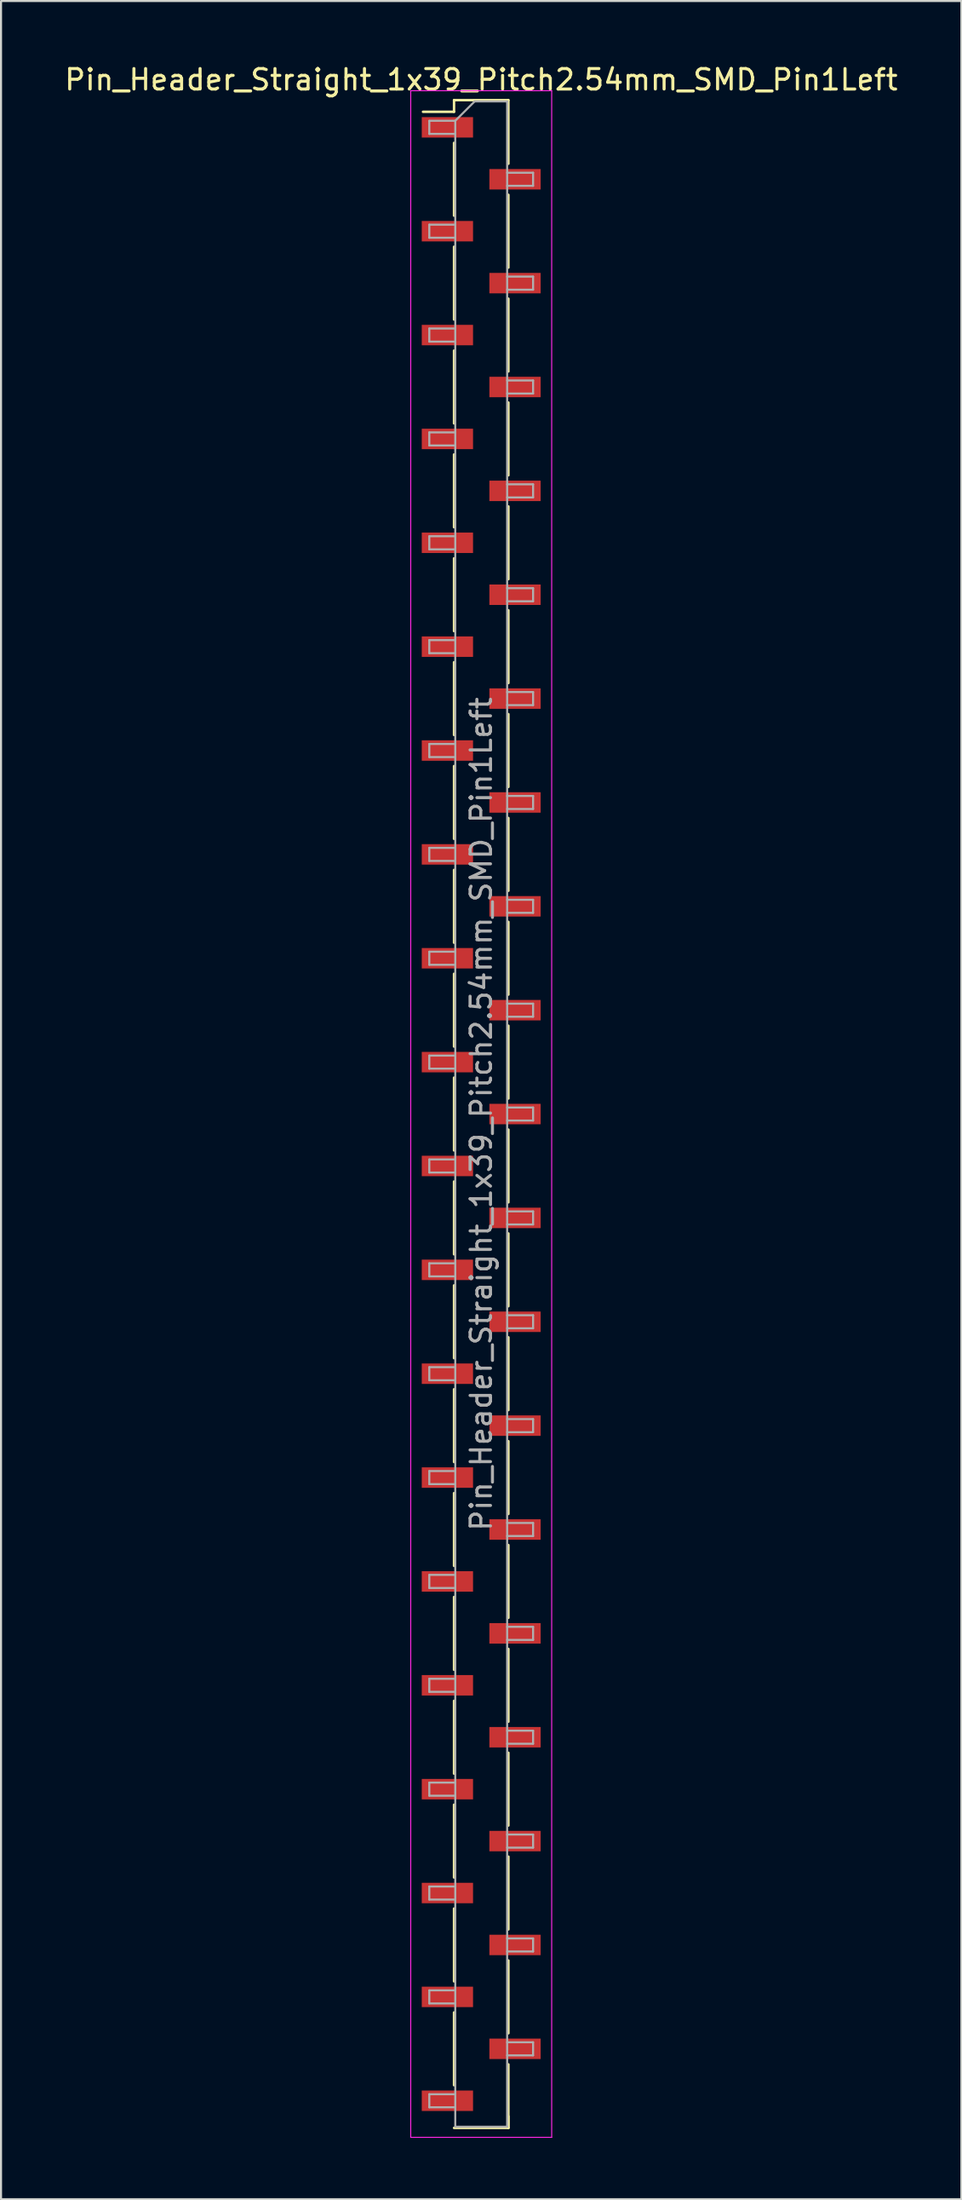
<source format=kicad_pcb>
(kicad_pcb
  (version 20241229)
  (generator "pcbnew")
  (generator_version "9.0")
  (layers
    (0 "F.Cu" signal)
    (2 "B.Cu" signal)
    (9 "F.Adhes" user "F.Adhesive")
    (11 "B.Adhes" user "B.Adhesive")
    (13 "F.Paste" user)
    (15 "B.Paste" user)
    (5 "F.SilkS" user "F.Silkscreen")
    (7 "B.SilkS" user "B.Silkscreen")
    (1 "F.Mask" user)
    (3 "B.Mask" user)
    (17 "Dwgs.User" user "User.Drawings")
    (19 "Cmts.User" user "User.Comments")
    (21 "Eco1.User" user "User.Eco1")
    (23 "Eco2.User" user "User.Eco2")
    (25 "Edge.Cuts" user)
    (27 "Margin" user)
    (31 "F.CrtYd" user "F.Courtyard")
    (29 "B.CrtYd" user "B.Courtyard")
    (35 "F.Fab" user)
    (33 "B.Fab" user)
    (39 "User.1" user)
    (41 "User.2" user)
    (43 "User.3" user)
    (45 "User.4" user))
  (footprint "Pin_Header_Straight_1x39_Pitch2.54mm_SMD_Pin1Left"
    (layer "F.Cu")
    (at 20.506 51.438)
    (property "Reference" "Pin_Header_Straight_1x39_Pitch2.54mm_SMD_Pin1Left" (at 0 -50.59 0) (layer "F.SilkS") (effects (font (size 1 1) (thickness 0.15))))
    (attr smd)
    (fp_line (start -1.33 -49.59) (end -1.33 -49.02) (stroke (width 0.12) (type solid)) (layer "F.SilkS"))
    (fp_line (start -1.33 -49.59) (end 1.33 -49.59) (stroke (width 0.12) (type solid)) (layer "F.SilkS"))
    (fp_line (start -1.33 -49.02) (end -2.85 -49.02) (stroke (width 0.12) (type solid)) (layer "F.SilkS"))
    (fp_line (start -1.33 -47.5) (end -1.33 -43.94) (stroke (width 0.12) (type solid)) (layer "F.SilkS"))
    (fp_line (start -1.33 -42.42) (end -1.33 -38.86) (stroke (width 0.12) (type solid)) (layer "F.SilkS"))
    (fp_line (start -1.33 -37.34) (end -1.33 -33.78) (stroke (width 0.12) (type solid)) (layer "F.SilkS"))
    (fp_line (start -1.33 -32.26) (end -1.33 -28.7) (stroke (width 0.12) (type solid)) (layer "F.SilkS"))
    (fp_line (start -1.33 -27.18) (end -1.33 -23.62) (stroke (width 0.12) (type solid)) (layer "F.SilkS"))
    (fp_line (start -1.33 -22.1) (end -1.33 -18.54) (stroke (width 0.12) (type solid)) (layer "F.SilkS"))
    (fp_line (start -1.33 -17.02) (end -1.33 -13.46) (stroke (width 0.12) (type solid)) (layer "F.SilkS"))
    (fp_line (start -1.33 -11.94) (end -1.33 -8.38) (stroke (width 0.12) (type solid)) (layer "F.SilkS"))
    (fp_line (start -1.33 -6.86) (end -1.33 -3.3) (stroke (width 0.12) (type solid)) (layer "F.SilkS"))
    (fp_line (start -1.33 -1.78) (end -1.33 1.78) (stroke (width 0.12) (type solid)) (layer "F.SilkS"))
    (fp_line (start -1.33 3.3) (end -1.33 6.86) (stroke (width 0.12) (type solid)) (layer "F.SilkS"))
    (fp_line (start -1.33 8.38) (end -1.33 11.94) (stroke (width 0.12) (type solid)) (layer "F.SilkS"))
    (fp_line (start -1.33 13.46) (end -1.33 17.02) (stroke (width 0.12) (type solid)) (layer "F.SilkS"))
    (fp_line (start -1.33 18.54) (end -1.33 22.1) (stroke (width 0.12) (type solid)) (layer "F.SilkS"))
    (fp_line (start -1.33 23.62) (end -1.33 27.18) (stroke (width 0.12) (type solid)) (layer "F.SilkS"))
    (fp_line (start -1.33 28.7) (end -1.33 32.26) (stroke (width 0.12) (type solid)) (layer "F.SilkS"))
    (fp_line (start -1.33 33.78) (end -1.33 37.34) (stroke (width 0.12) (type solid)) (layer "F.SilkS"))
    (fp_line (start -1.33 38.86) (end -1.33 42.42) (stroke (width 0.12) (type solid)) (layer "F.SilkS"))
    (fp_line (start -1.33 43.94) (end -1.33 47.5) (stroke (width 0.12) (type solid)) (layer "F.SilkS"))
    (fp_line (start -1.33 49.59) (end 1.33 49.59) (stroke (width 0.12) (type solid)) (layer "F.SilkS"))
    (fp_line (start 1.33 -49.59) (end 1.33 -46.48) (stroke (width 0.12) (type solid)) (layer "F.SilkS"))
    (fp_line (start 1.33 -44.96) (end 1.33 -41.4) (stroke (width 0.12) (type solid)) (layer "F.SilkS"))
    (fp_line (start 1.33 -39.88) (end 1.33 -36.32) (stroke (width 0.12) (type solid)) (layer "F.SilkS"))
    (fp_line (start 1.33 -34.8) (end 1.33 -31.24) (stroke (width 0.12) (type solid)) (layer "F.SilkS"))
    (fp_line (start 1.33 -29.72) (end 1.33 -26.16) (stroke (width 0.12) (type solid)) (layer "F.SilkS"))
    (fp_line (start 1.33 -24.64) (end 1.33 -21.08) (stroke (width 0.12) (type solid)) (layer "F.SilkS"))
    (fp_line (start 1.33 -19.56) (end 1.33 -16) (stroke (width 0.12) (type solid)) (layer "F.SilkS"))
    (fp_line (start 1.33 -14.48) (end 1.33 -10.92) (stroke (width 0.12) (type solid)) (layer "F.SilkS"))
    (fp_line (start 1.33 -9.4) (end 1.33 -5.84) (stroke (width 0.12) (type solid)) (layer "F.SilkS"))
    (fp_line (start 1.33 -4.32) (end 1.33 -0.76) (stroke (width 0.12) (type solid)) (layer "F.SilkS"))
    (fp_line (start 1.33 0.76) (end 1.33 4.32) (stroke (width 0.12) (type solid)) (layer "F.SilkS"))
    (fp_line (start 1.33 5.84) (end 1.33 9.4) (stroke (width 0.12) (type solid)) (layer "F.SilkS"))
    (fp_line (start 1.33 10.92) (end 1.33 14.48) (stroke (width 0.12) (type solid)) (layer "F.SilkS"))
    (fp_line (start 1.33 16) (end 1.33 19.56) (stroke (width 0.12) (type solid)) (layer "F.SilkS"))
    (fp_line (start 1.33 21.08) (end 1.33 24.64) (stroke (width 0.12) (type solid)) (layer "F.SilkS"))
    (fp_line (start 1.33 26.16) (end 1.33 29.72) (stroke (width 0.12) (type solid)) (layer "F.SilkS"))
    (fp_line (start 1.33 31.24) (end 1.33 34.8) (stroke (width 0.12) (type solid)) (layer "F.SilkS"))
    (fp_line (start 1.33 36.32) (end 1.33 39.88) (stroke (width 0.12) (type solid)) (layer "F.SilkS"))
    (fp_line (start 1.33 41.4) (end 1.33 44.96) (stroke (width 0.12) (type solid)) (layer "F.SilkS"))
    (fp_line (start 1.33 46.48) (end 1.33 49.59) (stroke (width 0.12) (type solid)) (layer "F.SilkS"))
    (fp_line (start 1.33 49.02) (end 1.33 49.59) (stroke (width 0.12) (type solid)) (layer "F.SilkS"))
    (fp_line (start -3.45 -50.05) (end -3.45 50.05) (stroke (width 0.05) (type solid)) (layer "F.CrtYd"))
    (fp_line (start -3.45 50.05) (end 3.45 50.05) (stroke (width 0.05) (type solid)) (layer "F.CrtYd"))
    (fp_line (start 3.45 -50.05) (end -3.45 -50.05) (stroke (width 0.05) (type solid)) (layer "F.CrtYd"))
    (fp_line (start 3.45 50.05) (end 3.45 -50.05) (stroke (width 0.05) (type solid)) (layer "F.CrtYd"))
    (fp_line (start -2.54 -48.58) (end -2.54 -47.94) (stroke (width 0.1) (type solid)) (layer "F.Fab"))
    (fp_line (start -2.54 -47.94) (end -1.27 -47.94) (stroke (width 0.1) (type solid)) (layer "F.Fab"))
    (fp_line (start -2.54 -43.5) (end -2.54 -42.86) (stroke (width 0.1) (type solid)) (layer "F.Fab"))
    (fp_line (start -2.54 -42.86) (end -1.27 -42.86) (stroke (width 0.1) (type solid)) (layer "F.Fab"))
    (fp_line (start -2.54 -38.42) (end -2.54 -37.78) (stroke (width 0.1) (type solid)) (layer "F.Fab"))
    (fp_line (start -2.54 -37.78) (end -1.27 -37.78) (stroke (width 0.1) (type solid)) (layer "F.Fab"))
    (fp_line (start -2.54 -33.34) (end -2.54 -32.7) (stroke (width 0.1) (type solid)) (layer "F.Fab"))
    (fp_line (start -2.54 -32.7) (end -1.27 -32.7) (stroke (width 0.1) (type solid)) (layer "F.Fab"))
    (fp_line (start -2.54 -28.26) (end -2.54 -27.62) (stroke (width 0.1) (type solid)) (layer "F.Fab"))
    (fp_line (start -2.54 -27.62) (end -1.27 -27.62) (stroke (width 0.1) (type solid)) (layer "F.Fab"))
    (fp_line (start -2.54 -23.18) (end -2.54 -22.54) (stroke (width 0.1) (type solid)) (layer "F.Fab"))
    (fp_line (start -2.54 -22.54) (end -1.27 -22.54) (stroke (width 0.1) (type solid)) (layer "F.Fab"))
    (fp_line (start -2.54 -18.1) (end -2.54 -17.46) (stroke (width 0.1) (type solid)) (layer "F.Fab"))
    (fp_line (start -2.54 -17.46) (end -1.27 -17.46) (stroke (width 0.1) (type solid)) (layer "F.Fab"))
    (fp_line (start -2.54 -13.02) (end -2.54 -12.38) (stroke (width 0.1) (type solid)) (layer "F.Fab"))
    (fp_line (start -2.54 -12.38) (end -1.27 -12.38) (stroke (width 0.1) (type solid)) (layer "F.Fab"))
    (fp_line (start -2.54 -7.94) (end -2.54 -7.3) (stroke (width 0.1) (type solid)) (layer "F.Fab"))
    (fp_line (start -2.54 -7.3) (end -1.27 -7.3) (stroke (width 0.1) (type solid)) (layer "F.Fab"))
    (fp_line (start -2.54 -2.86) (end -2.54 -2.22) (stroke (width 0.1) (type solid)) (layer "F.Fab"))
    (fp_line (start -2.54 -2.22) (end -1.27 -2.22) (stroke (width 0.1) (type solid)) (layer "F.Fab"))
    (fp_line (start -2.54 2.22) (end -2.54 2.86) (stroke (width 0.1) (type solid)) (layer "F.Fab"))
    (fp_line (start -2.54 2.86) (end -1.27 2.86) (stroke (width 0.1) (type solid)) (layer "F.Fab"))
    (fp_line (start -2.54 7.3) (end -2.54 7.94) (stroke (width 0.1) (type solid)) (layer "F.Fab"))
    (fp_line (start -2.54 7.94) (end -1.27 7.94) (stroke (width 0.1) (type solid)) (layer "F.Fab"))
    (fp_line (start -2.54 12.38) (end -2.54 13.02) (stroke (width 0.1) (type solid)) (layer "F.Fab"))
    (fp_line (start -2.54 13.02) (end -1.27 13.02) (stroke (width 0.1) (type solid)) (layer "F.Fab"))
    (fp_line (start -2.54 17.46) (end -2.54 18.1) (stroke (width 0.1) (type solid)) (layer "F.Fab"))
    (fp_line (start -2.54 18.1) (end -1.27 18.1) (stroke (width 0.1) (type solid)) (layer "F.Fab"))
    (fp_line (start -2.54 22.54) (end -2.54 23.18) (stroke (width 0.1) (type solid)) (layer "F.Fab"))
    (fp_line (start -2.54 23.18) (end -1.27 23.18) (stroke (width 0.1) (type solid)) (layer "F.Fab"))
    (fp_line (start -2.54 27.62) (end -2.54 28.26) (stroke (width 0.1) (type solid)) (layer "F.Fab"))
    (fp_line (start -2.54 28.26) (end -1.27 28.26) (stroke (width 0.1) (type solid)) (layer "F.Fab"))
    (fp_line (start -2.54 32.7) (end -2.54 33.34) (stroke (width 0.1) (type solid)) (layer "F.Fab"))
    (fp_line (start -2.54 33.34) (end -1.27 33.34) (stroke (width 0.1) (type solid)) (layer "F.Fab"))
    (fp_line (start -2.54 37.78) (end -2.54 38.42) (stroke (width 0.1) (type solid)) (layer "F.Fab"))
    (fp_line (start -2.54 38.42) (end -1.27 38.42) (stroke (width 0.1) (type solid)) (layer "F.Fab"))
    (fp_line (start -2.54 42.86) (end -2.54 43.5) (stroke (width 0.1) (type solid)) (layer "F.Fab"))
    (fp_line (start -2.54 43.5) (end -1.27 43.5) (stroke (width 0.1) (type solid)) (layer "F.Fab"))
    (fp_line (start -2.54 47.94) (end -2.54 48.58) (stroke (width 0.1) (type solid)) (layer "F.Fab"))
    (fp_line (start -2.54 48.58) (end -1.27 48.58) (stroke (width 0.1) (type solid)) (layer "F.Fab"))
    (fp_line (start -1.27 -48.58) (end -2.54 -48.58) (stroke (width 0.1) (type solid)) (layer "F.Fab"))
    (fp_line (start -1.27 -48.58) (end -0.32 -49.53) (stroke (width 0.1) (type solid)) (layer "F.Fab"))
    (fp_line (start -1.27 -43.5) (end -2.54 -43.5) (stroke (width 0.1) (type solid)) (layer "F.Fab"))
    (fp_line (start -1.27 -38.42) (end -2.54 -38.42) (stroke (width 0.1) (type solid)) (layer "F.Fab"))
    (fp_line (start -1.27 -33.34) (end -2.54 -33.34) (stroke (width 0.1) (type solid)) (layer "F.Fab"))
    (fp_line (start -1.27 -28.26) (end -2.54 -28.26) (stroke (width 0.1) (type solid)) (layer "F.Fab"))
    (fp_line (start -1.27 -23.18) (end -2.54 -23.18) (stroke (width 0.1) (type solid)) (layer "F.Fab"))
    (fp_line (start -1.27 -18.1) (end -2.54 -18.1) (stroke (width 0.1) (type solid)) (layer "F.Fab"))
    (fp_line (start -1.27 -13.02) (end -2.54 -13.02) (stroke (width 0.1) (type solid)) (layer "F.Fab"))
    (fp_line (start -1.27 -7.94) (end -2.54 -7.94) (stroke (width 0.1) (type solid)) (layer "F.Fab"))
    (fp_line (start -1.27 -2.86) (end -2.54 -2.86) (stroke (width 0.1) (type solid)) (layer "F.Fab"))
    (fp_line (start -1.27 2.22) (end -2.54 2.22) (stroke (width 0.1) (type solid)) (layer "F.Fab"))
    (fp_line (start -1.27 7.3) (end -2.54 7.3) (stroke (width 0.1) (type solid)) (layer "F.Fab"))
    (fp_line (start -1.27 12.38) (end -2.54 12.38) (stroke (width 0.1) (type solid)) (layer "F.Fab"))
    (fp_line (start -1.27 17.46) (end -2.54 17.46) (stroke (width 0.1) (type solid)) (layer "F.Fab"))
    (fp_line (start -1.27 22.54) (end -2.54 22.54) (stroke (width 0.1) (type solid)) (layer "F.Fab"))
    (fp_line (start -1.27 27.62) (end -2.54 27.62) (stroke (width 0.1) (type solid)) (layer "F.Fab"))
    (fp_line (start -1.27 32.7) (end -2.54 32.7) (stroke (width 0.1) (type solid)) (layer "F.Fab"))
    (fp_line (start -1.27 37.78) (end -2.54 37.78) (stroke (width 0.1) (type solid)) (layer "F.Fab"))
    (fp_line (start -1.27 42.86) (end -2.54 42.86) (stroke (width 0.1) (type solid)) (layer "F.Fab"))
    (fp_line (start -1.27 47.94) (end -2.54 47.94) (stroke (width 0.1) (type solid)) (layer "F.Fab"))
    (fp_line (start -1.27 49.53) (end -1.27 -48.58) (stroke (width 0.1) (type solid)) (layer "F.Fab"))
    (fp_line (start -0.32 -49.53) (end 1.27 -49.53) (stroke (width 0.1) (type solid)) (layer "F.Fab"))
    (fp_line (start 1.27 -49.53) (end 1.27 49.53) (stroke (width 0.1) (type solid)) (layer "F.Fab"))
    (fp_line (start 1.27 -46.04) (end 2.54 -46.04) (stroke (width 0.1) (type solid)) (layer "F.Fab"))
    (fp_line (start 1.27 -40.96) (end 2.54 -40.96) (stroke (width 0.1) (type solid)) (layer "F.Fab"))
    (fp_line (start 1.27 -35.88) (end 2.54 -35.88) (stroke (width 0.1) (type solid)) (layer "F.Fab"))
    (fp_line (start 1.27 -30.8) (end 2.54 -30.8) (stroke (width 0.1) (type solid)) (layer "F.Fab"))
    (fp_line (start 1.27 -25.72) (end 2.54 -25.72) (stroke (width 0.1) (type solid)) (layer "F.Fab"))
    (fp_line (start 1.27 -20.64) (end 2.54 -20.64) (stroke (width 0.1) (type solid)) (layer "F.Fab"))
    (fp_line (start 1.27 -15.56) (end 2.54 -15.56) (stroke (width 0.1) (type solid)) (layer "F.Fab"))
    (fp_line (start 1.27 -10.48) (end 2.54 -10.48) (stroke (width 0.1) (type solid)) (layer "F.Fab"))
    (fp_line (start 1.27 -5.4) (end 2.54 -5.4) (stroke (width 0.1) (type solid)) (layer "F.Fab"))
    (fp_line (start 1.27 -0.32) (end 2.54 -0.32) (stroke (width 0.1) (type solid)) (layer "F.Fab"))
    (fp_line (start 1.27 4.76) (end 2.54 4.76) (stroke (width 0.1) (type solid)) (layer "F.Fab"))
    (fp_line (start 1.27 9.84) (end 2.54 9.84) (stroke (width 0.1) (type solid)) (layer "F.Fab"))
    (fp_line (start 1.27 14.92) (end 2.54 14.92) (stroke (width 0.1) (type solid)) (layer "F.Fab"))
    (fp_line (start 1.27 20) (end 2.54 20) (stroke (width 0.1) (type solid)) (layer "F.Fab"))
    (fp_line (start 1.27 25.08) (end 2.54 25.08) (stroke (width 0.1) (type solid)) (layer "F.Fab"))
    (fp_line (start 1.27 30.16) (end 2.54 30.16) (stroke (width 0.1) (type solid)) (layer "F.Fab"))
    (fp_line (start 1.27 35.24) (end 2.54 35.24) (stroke (width 0.1) (type solid)) (layer "F.Fab"))
    (fp_line (start 1.27 40.32) (end 2.54 40.32) (stroke (width 0.1) (type solid)) (layer "F.Fab"))
    (fp_line (start 1.27 45.4) (end 2.54 45.4) (stroke (width 0.1) (type solid)) (layer "F.Fab"))
    (fp_line (start 1.27 49.53) (end -1.27 49.53) (stroke (width 0.1) (type solid)) (layer "F.Fab"))
    (fp_line (start 2.54 -46.04) (end 2.54 -45.4) (stroke (width 0.1) (type solid)) (layer "F.Fab"))
    (fp_line (start 2.54 -45.4) (end 1.27 -45.4) (stroke (width 0.1) (type solid)) (layer "F.Fab"))
    (fp_line (start 2.54 -40.96) (end 2.54 -40.32) (stroke (width 0.1) (type solid)) (layer "F.Fab"))
    (fp_line (start 2.54 -40.32) (end 1.27 -40.32) (stroke (width 0.1) (type solid)) (layer "F.Fab"))
    (fp_line (start 2.54 -35.88) (end 2.54 -35.24) (stroke (width 0.1) (type solid)) (layer "F.Fab"))
    (fp_line (start 2.54 -35.24) (end 1.27 -35.24) (stroke (width 0.1) (type solid)) (layer "F.Fab"))
    (fp_line (start 2.54 -30.8) (end 2.54 -30.16) (stroke (width 0.1) (type solid)) (layer "F.Fab"))
    (fp_line (start 2.54 -30.16) (end 1.27 -30.16) (stroke (width 0.1) (type solid)) (layer "F.Fab"))
    (fp_line (start 2.54 -25.72) (end 2.54 -25.08) (stroke (width 0.1) (type solid)) (layer "F.Fab"))
    (fp_line (start 2.54 -25.08) (end 1.27 -25.08) (stroke (width 0.1) (type solid)) (layer "F.Fab"))
    (fp_line (start 2.54 -20.64) (end 2.54 -20) (stroke (width 0.1) (type solid)) (layer "F.Fab"))
    (fp_line (start 2.54 -20) (end 1.27 -20) (stroke (width 0.1) (type solid)) (layer "F.Fab"))
    (fp_line (start 2.54 -15.56) (end 2.54 -14.92) (stroke (width 0.1) (type solid)) (layer "F.Fab"))
    (fp_line (start 2.54 -14.92) (end 1.27 -14.92) (stroke (width 0.1) (type solid)) (layer "F.Fab"))
    (fp_line (start 2.54 -10.48) (end 2.54 -9.84) (stroke (width 0.1) (type solid)) (layer "F.Fab"))
    (fp_line (start 2.54 -9.84) (end 1.27 -9.84) (stroke (width 0.1) (type solid)) (layer "F.Fab"))
    (fp_line (start 2.54 -5.4) (end 2.54 -4.76) (stroke (width 0.1) (type solid)) (layer "F.Fab"))
    (fp_line (start 2.54 -4.76) (end 1.27 -4.76) (stroke (width 0.1) (type solid)) (layer "F.Fab"))
    (fp_line (start 2.54 -0.32) (end 2.54 0.32) (stroke (width 0.1) (type solid)) (layer "F.Fab"))
    (fp_line (start 2.54 0.32) (end 1.27 0.32) (stroke (width 0.1) (type solid)) (layer "F.Fab"))
    (fp_line (start 2.54 4.76) (end 2.54 5.4) (stroke (width 0.1) (type solid)) (layer "F.Fab"))
    (fp_line (start 2.54 5.4) (end 1.27 5.4) (stroke (width 0.1) (type solid)) (layer "F.Fab"))
    (fp_line (start 2.54 9.84) (end 2.54 10.48) (stroke (width 0.1) (type solid)) (layer "F.Fab"))
    (fp_line (start 2.54 10.48) (end 1.27 10.48) (stroke (width 0.1) (type solid)) (layer "F.Fab"))
    (fp_line (start 2.54 14.92) (end 2.54 15.56) (stroke (width 0.1) (type solid)) (layer "F.Fab"))
    (fp_line (start 2.54 15.56) (end 1.27 15.56) (stroke (width 0.1) (type solid)) (layer "F.Fab"))
    (fp_line (start 2.54 20) (end 2.54 20.64) (stroke (width 0.1) (type solid)) (layer "F.Fab"))
    (fp_line (start 2.54 20.64) (end 1.27 20.64) (stroke (width 0.1) (type solid)) (layer "F.Fab"))
    (fp_line (start 2.54 25.08) (end 2.54 25.72) (stroke (width 0.1) (type solid)) (layer "F.Fab"))
    (fp_line (start 2.54 25.72) (end 1.27 25.72) (stroke (width 0.1) (type solid)) (layer "F.Fab"))
    (fp_line (start 2.54 30.16) (end 2.54 30.8) (stroke (width 0.1) (type solid)) (layer "F.Fab"))
    (fp_line (start 2.54 30.8) (end 1.27 30.8) (stroke (width 0.1) (type solid)) (layer "F.Fab"))
    (fp_line (start 2.54 35.24) (end 2.54 35.88) (stroke (width 0.1) (type solid)) (layer "F.Fab"))
    (fp_line (start 2.54 35.88) (end 1.27 35.88) (stroke (width 0.1) (type solid)) (layer "F.Fab"))
    (fp_line (start 2.54 40.32) (end 2.54 40.96) (stroke (width 0.1) (type solid)) (layer "F.Fab"))
    (fp_line (start 2.54 40.96) (end 1.27 40.96) (stroke (width 0.1) (type solid)) (layer "F.Fab"))
    (fp_line (start 2.54 45.4) (end 2.54 46.04) (stroke (width 0.1) (type solid)) (layer "F.Fab"))
    (fp_line (start 2.54 46.04) (end 1.27 46.04) (stroke (width 0.1) (type solid)) (layer "F.Fab"))
    (fp_text user "${REFERENCE}" (at 0 0 90) (layer "F.Fab") (effects (font (size 1 1) (thickness 0.15))))
    (pad "1" smd rect (at -1.655 -48.26) (size 2.51 1) (layers "F.Cu" "F.Mask" "F.Paste"))
    (pad "2" smd rect (at 1.655 -45.72) (size 2.51 1) (layers "F.Cu" "F.Mask" "F.Paste"))
    (pad "3" smd rect (at -1.655 -43.18) (size 2.51 1) (layers "F.Cu" "F.Mask" "F.Paste"))
    (pad "4" smd rect (at 1.655 -40.64) (size 2.51 1) (layers "F.Cu" "F.Mask" "F.Paste"))
    (pad "5" smd rect (at -1.655 -38.1) (size 2.51 1) (layers "F.Cu" "F.Mask" "F.Paste"))
    (pad "6" smd rect (at 1.655 -35.56) (size 2.51 1) (layers "F.Cu" "F.Mask" "F.Paste"))
    (pad "7" smd rect (at -1.655 -33.02) (size 2.51 1) (layers "F.Cu" "F.Mask" "F.Paste"))
    (pad "8" smd rect (at 1.655 -30.48) (size 2.51 1) (layers "F.Cu" "F.Mask" "F.Paste"))
    (pad "9" smd rect (at -1.655 -27.94) (size 2.51 1) (layers "F.Cu" "F.Mask" "F.Paste"))
    (pad "10" smd rect (at 1.655 -25.4) (size 2.51 1) (layers "F.Cu" "F.Mask" "F.Paste"))
    (pad "11" smd rect (at -1.655 -22.86) (size 2.51 1) (layers "F.Cu" "F.Mask" "F.Paste"))
    (pad "12" smd rect (at 1.655 -20.32) (size 2.51 1) (layers "F.Cu" "F.Mask" "F.Paste"))
    (pad "13" smd rect (at -1.655 -17.78) (size 2.51 1) (layers "F.Cu" "F.Mask" "F.Paste"))
    (pad "14" smd rect (at 1.655 -15.24) (size 2.51 1) (layers "F.Cu" "F.Mask" "F.Paste"))
    (pad "15" smd rect (at -1.655 -12.7) (size 2.51 1) (layers "F.Cu" "F.Mask" "F.Paste"))
    (pad "16" smd rect (at 1.655 -10.16) (size 2.51 1) (layers "F.Cu" "F.Mask" "F.Paste"))
    (pad "17" smd rect (at -1.655 -7.62) (size 2.51 1) (layers "F.Cu" "F.Mask" "F.Paste"))
    (pad "18" smd rect (at 1.655 -5.08) (size 2.51 1) (layers "F.Cu" "F.Mask" "F.Paste"))
    (pad "19" smd rect (at -1.655 -2.54) (size 2.51 1) (layers "F.Cu" "F.Mask" "F.Paste"))
    (pad "20" smd rect (at 1.655 0) (size 2.51 1) (layers "F.Cu" "F.Mask" "F.Paste"))
    (pad "21" smd rect (at -1.655 2.54) (size 2.51 1) (layers "F.Cu" "F.Mask" "F.Paste"))
    (pad "22" smd rect (at 1.655 5.08) (size 2.51 1) (layers "F.Cu" "F.Mask" "F.Paste"))
    (pad "23" smd rect (at -1.655 7.62) (size 2.51 1) (layers "F.Cu" "F.Mask" "F.Paste"))
    (pad "24" smd rect (at 1.655 10.16) (size 2.51 1) (layers "F.Cu" "F.Mask" "F.Paste"))
    (pad "25" smd rect (at -1.655 12.7) (size 2.51 1) (layers "F.Cu" "F.Mask" "F.Paste"))
    (pad "26" smd rect (at 1.655 15.24) (size 2.51 1) (layers "F.Cu" "F.Mask" "F.Paste"))
    (pad "27" smd rect (at -1.655 17.78) (size 2.51 1) (layers "F.Cu" "F.Mask" "F.Paste"))
    (pad "28" smd rect (at 1.655 20.32) (size 2.51 1) (layers "F.Cu" "F.Mask" "F.Paste"))
    (pad "29" smd rect (at -1.655 22.86) (size 2.51 1) (layers "F.Cu" "F.Mask" "F.Paste"))
    (pad "30" smd rect (at 1.655 25.4) (size 2.51 1) (layers "F.Cu" "F.Mask" "F.Paste"))
    (pad "31" smd rect (at -1.655 27.94) (size 2.51 1) (layers "F.Cu" "F.Mask" "F.Paste"))
    (pad "32" smd rect (at 1.655 30.48) (size 2.51 1) (layers "F.Cu" "F.Mask" "F.Paste"))
    (pad "33" smd rect (at -1.655 33.02) (size 2.51 1) (layers "F.Cu" "F.Mask" "F.Paste"))
    (pad "34" smd rect (at 1.655 35.56) (size 2.51 1) (layers "F.Cu" "F.Mask" "F.Paste"))
    (pad "35" smd rect (at -1.655 38.1) (size 2.51 1) (layers "F.Cu" "F.Mask" "F.Paste"))
    (pad "36" smd rect (at 1.655 40.64) (size 2.51 1) (layers "F.Cu" "F.Mask" "F.Paste"))
    (pad "37" smd rect (at -1.655 43.18) (size 2.51 1) (layers "F.Cu" "F.Mask" "F.Paste"))
    (pad "38" smd rect (at 1.655 45.72) (size 2.51 1) (layers "F.Cu" "F.Mask" "F.Paste"))
    (pad "39" smd rect (at -1.655 48.26) (size 2.51 1) (layers "F.Cu" "F.Mask" "F.Paste")))
  (gr_rect
    (start -3 -3)
    (end 44.012 104.513)
    (stroke (width 0.1) (type default))
    (fill no)
    (layer "Edge.Cuts")))
</source>
